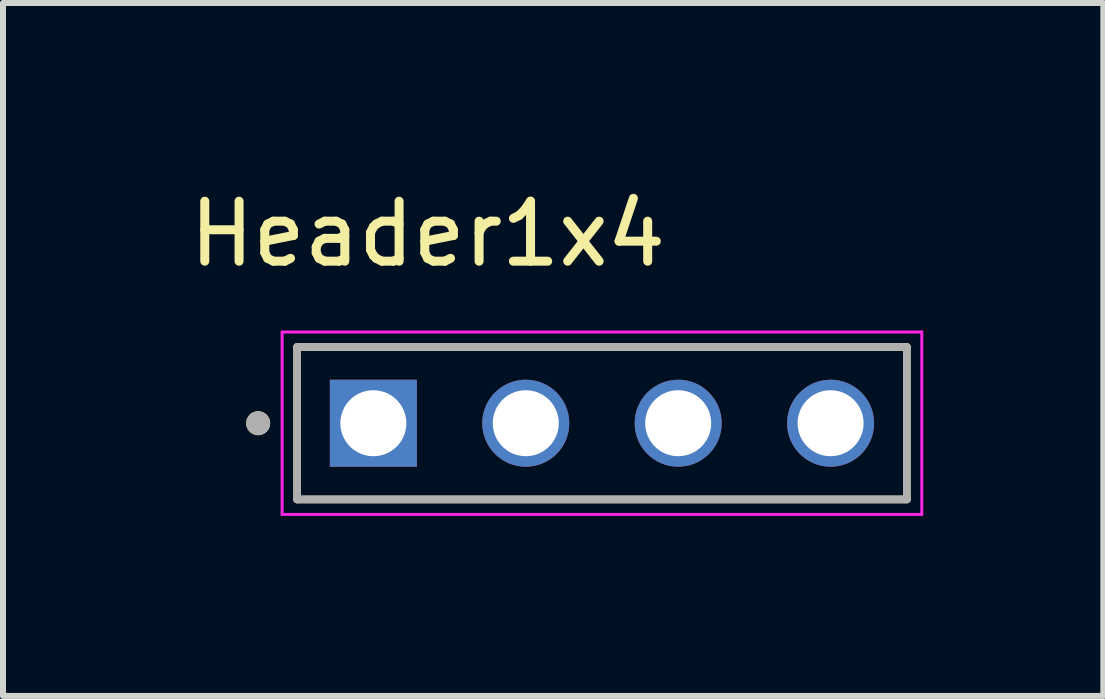
<source format=kicad_pcb>
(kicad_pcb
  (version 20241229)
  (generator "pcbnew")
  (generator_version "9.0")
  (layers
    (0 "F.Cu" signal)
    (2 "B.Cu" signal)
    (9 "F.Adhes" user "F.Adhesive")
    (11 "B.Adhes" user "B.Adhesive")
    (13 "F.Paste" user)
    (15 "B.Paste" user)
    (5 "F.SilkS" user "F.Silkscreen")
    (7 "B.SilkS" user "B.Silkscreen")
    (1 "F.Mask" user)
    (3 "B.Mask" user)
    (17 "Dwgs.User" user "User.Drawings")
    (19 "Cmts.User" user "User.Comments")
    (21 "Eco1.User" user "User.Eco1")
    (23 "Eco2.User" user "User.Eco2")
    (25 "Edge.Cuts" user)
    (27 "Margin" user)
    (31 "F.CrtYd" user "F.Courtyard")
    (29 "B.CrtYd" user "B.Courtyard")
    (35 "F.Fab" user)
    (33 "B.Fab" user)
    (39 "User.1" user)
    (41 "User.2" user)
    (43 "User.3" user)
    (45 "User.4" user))
  (footprint "Header1x4"
    (layer "F.Cu")
    (at 6.982 4.003)
    (property "Reference" "Header1x4" (at -2.905 -3.155 0) (layer "F.SilkS") (effects (font (size 1 1) (thickness 0.15))))
    (attr through_hole)
    (fp_line (start -5.08 1.27) (end -5.08 -1.27) (stroke (width 0.127) (type solid)) (layer "F.SilkS"))
    (fp_line (start 5.08 -1.27) (end -5.08 -1.27) (stroke (width 0.127) (type solid)) (layer "F.SilkS"))
    (fp_line (start 5.08 -1.27) (end 5.08 1.27) (stroke (width 0.127) (type solid)) (layer "F.SilkS"))
    (fp_line (start 5.08 1.27) (end -5.08 1.27) (stroke (width 0.127) (type solid)) (layer "F.SilkS"))
    (fp_circle (center -5.73 0) (end -5.63 0) (stroke (width 0.2) (type solid)) (fill no) (layer "F.SilkS"))
    (fp_line (start -5.33 -1.52) (end 5.33 -1.52) (stroke (width 0.05) (type solid)) (layer "F.CrtYd"))
    (fp_line (start -5.33 1.52) (end -5.33 -1.52) (stroke (width 0.05) (type solid)) (layer "F.CrtYd"))
    (fp_line (start 5.33 -1.52) (end 5.33 1.52) (stroke (width 0.05) (type solid)) (layer "F.CrtYd"))
    (fp_line (start 5.33 1.52) (end -5.33 1.52) (stroke (width 0.05) (type solid)) (layer "F.CrtYd"))
    (fp_line (start -5.08 -1.27) (end 5.08 -1.27) (stroke (width 0.127) (type solid)) (layer "F.Fab"))
    (fp_line (start -5.08 1.27) (end -5.08 -1.27) (stroke (width 0.127) (type solid)) (layer "F.Fab"))
    (fp_line (start 5.08 -1.27) (end 5.08 1.27) (stroke (width 0.127) (type solid)) (layer "F.Fab"))
    (fp_line (start 5.08 1.27) (end -5.08 1.27) (stroke (width 0.127) (type solid)) (layer "F.Fab"))
    (fp_circle (center -5.73 0) (end -5.63 0) (stroke (width 0.2) (type solid)) (fill no) (layer "F.Fab"))
    (pad "01" thru_hole rect (at -3.81 0) (size 1.45 1.45) (drill 1.1) (layers "*.Cu" "*.Mask"))
    (pad "02" thru_hole circle (at -1.27 0) (size 1.45 1.45) (drill 1.1) (layers "*.Cu" "*.Mask"))
    (pad "03" thru_hole circle (at 1.27 0) (size 1.45 1.45) (drill 1.1) (layers "*.Cu" "*.Mask"))
    (pad "04" thru_hole circle (at 3.81 0) (size 1.45 1.45) (drill 1.1) (layers "*.Cu" "*.Mask")))
  (gr_rect
    (start -3 -3)
    (end 15.337 8.548)
    (stroke (width 0.1) (type default))
    (fill no)
    (layer "Edge.Cuts")))
</source>
